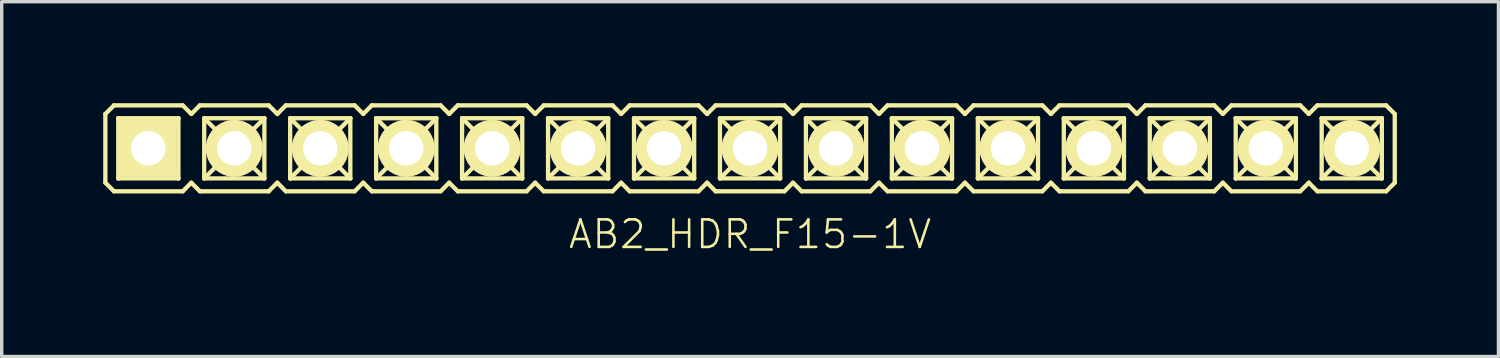
<source format=kicad_pcb>
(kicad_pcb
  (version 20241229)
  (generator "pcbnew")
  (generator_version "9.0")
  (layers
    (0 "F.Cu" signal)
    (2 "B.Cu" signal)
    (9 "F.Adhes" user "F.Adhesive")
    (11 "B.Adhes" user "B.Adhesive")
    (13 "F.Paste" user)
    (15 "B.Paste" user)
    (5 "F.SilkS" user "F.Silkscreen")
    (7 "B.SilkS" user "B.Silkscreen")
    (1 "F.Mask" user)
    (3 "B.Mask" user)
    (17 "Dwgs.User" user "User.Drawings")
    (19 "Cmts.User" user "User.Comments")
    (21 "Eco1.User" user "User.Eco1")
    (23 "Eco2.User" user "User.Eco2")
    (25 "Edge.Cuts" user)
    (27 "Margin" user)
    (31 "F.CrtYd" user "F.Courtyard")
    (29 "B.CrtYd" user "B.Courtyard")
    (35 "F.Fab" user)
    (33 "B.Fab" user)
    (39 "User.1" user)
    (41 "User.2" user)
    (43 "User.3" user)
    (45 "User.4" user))
  (footprint "AB2_HDR_F15-1V"
    (layer "F.Cu")
    (at 19.113 1.333)
    (property "Reference" "AB2_HDR_F15-1V" (at 0 2.54 0) (layer "F.SilkS") (effects (font (size 0.813 0.813) (thickness 0.076))))
    (attr through_hole)
    (fp_line (start -19.05 -1.016) (end -18.796 -1.27) (stroke (width 0.127) (type solid)) (layer "F.SilkS"))
    (fp_line (start -19.05 1.016) (end -19.05 -1.016) (stroke (width 0.127) (type solid)) (layer "F.SilkS"))
    (fp_line (start -18.796 -1.27) (end -16.764 -1.27) (stroke (width 0.127) (type solid)) (layer "F.SilkS"))
    (fp_line (start -18.796 1.27) (end -19.05 1.016) (stroke (width 0.127) (type solid)) (layer "F.SilkS"))
    (fp_line (start -18.669 -0.889) (end -16.891 -0.889) (stroke (width 0.127) (type solid)) (layer "F.SilkS"))
    (fp_line (start -18.669 0.889) (end -18.669 -0.889) (stroke (width 0.127) (type solid)) (layer "F.SilkS"))
    (fp_line (start -18.288 -0.508) (end -18.669 -0.889) (stroke (width 0.127) (type solid)) (layer "F.SilkS"))
    (fp_line (start -18.288 -0.508) (end -17.272 -0.508) (stroke (width 0.127) (type solid)) (layer "F.SilkS"))
    (fp_line (start -18.288 0.508) (end -18.669 0.889) (stroke (width 0.127) (type solid)) (layer "F.SilkS"))
    (fp_line (start -18.288 0.508) (end -18.288 -0.508) (stroke (width 0.127) (type solid)) (layer "F.SilkS"))
    (fp_line (start -17.272 -0.508) (end -17.272 0.508) (stroke (width 0.127) (type solid)) (layer "F.SilkS"))
    (fp_line (start -17.272 -0.508) (end -16.891 -0.889) (stroke (width 0.127) (type solid)) (layer "F.SilkS"))
    (fp_line (start -17.272 0.508) (end -18.288 0.508) (stroke (width 0.127) (type solid)) (layer "F.SilkS"))
    (fp_line (start -17.272 0.508) (end -16.891 0.889) (stroke (width 0.127) (type solid)) (layer "F.SilkS"))
    (fp_line (start -16.891 -0.889) (end -16.891 0.889) (stroke (width 0.127) (type solid)) (layer "F.SilkS"))
    (fp_line (start -16.891 0.889) (end -18.669 0.889) (stroke (width 0.127) (type solid)) (layer "F.SilkS"))
    (fp_line (start -16.764 -1.27) (end -16.51 -1.016) (stroke (width 0.127) (type solid)) (layer "F.SilkS"))
    (fp_line (start -16.764 1.27) (end -18.796 1.27) (stroke (width 0.127) (type solid)) (layer "F.SilkS"))
    (fp_line (start -16.51 -1.016) (end -16.256 -1.27) (stroke (width 0.127) (type solid)) (layer "F.SilkS"))
    (fp_line (start -16.51 1.016) (end -16.764 1.27) (stroke (width 0.127) (type solid)) (layer "F.SilkS"))
    (fp_line (start -16.256 -1.27) (end -14.224 -1.27) (stroke (width 0.127) (type solid)) (layer "F.SilkS"))
    (fp_line (start -16.256 1.27) (end -16.51 1.016) (stroke (width 0.127) (type solid)) (layer "F.SilkS"))
    (fp_line (start -16.129 -0.889) (end -14.351 -0.889) (stroke (width 0.127) (type solid)) (layer "F.SilkS"))
    (fp_line (start -16.129 0.889) (end -16.129 -0.889) (stroke (width 0.127) (type solid)) (layer "F.SilkS"))
    (fp_line (start -15.748 -0.508) (end -16.129 -0.889) (stroke (width 0.127) (type solid)) (layer "F.SilkS"))
    (fp_line (start -15.748 -0.508) (end -14.732 -0.508) (stroke (width 0.127) (type solid)) (layer "F.SilkS"))
    (fp_line (start -15.748 0.508) (end -16.129 0.889) (stroke (width 0.127) (type solid)) (layer "F.SilkS"))
    (fp_line (start -15.748 0.508) (end -15.748 -0.508) (stroke (width 0.127) (type solid)) (layer "F.SilkS"))
    (fp_line (start -14.732 -0.508) (end -14.732 0.508) (stroke (width 0.127) (type solid)) (layer "F.SilkS"))
    (fp_line (start -14.732 -0.508) (end -14.351 -0.889) (stroke (width 0.127) (type solid)) (layer "F.SilkS"))
    (fp_line (start -14.732 0.508) (end -15.748 0.508) (stroke (width 0.127) (type solid)) (layer "F.SilkS"))
    (fp_line (start -14.732 0.508) (end -14.351 0.889) (stroke (width 0.127) (type solid)) (layer "F.SilkS"))
    (fp_line (start -14.351 -0.889) (end -14.351 0.889) (stroke (width 0.127) (type solid)) (layer "F.SilkS"))
    (fp_line (start -14.351 0.889) (end -16.129 0.889) (stroke (width 0.127) (type solid)) (layer "F.SilkS"))
    (fp_line (start -14.224 -1.27) (end -13.97 -1.016) (stroke (width 0.127) (type solid)) (layer "F.SilkS"))
    (fp_line (start -14.224 1.27) (end -16.256 1.27) (stroke (width 0.127) (type solid)) (layer "F.SilkS"))
    (fp_line (start -13.97 -1.016) (end -13.716 -1.27) (stroke (width 0.127) (type solid)) (layer "F.SilkS"))
    (fp_line (start -13.97 1.016) (end -14.224 1.27) (stroke (width 0.127) (type solid)) (layer "F.SilkS"))
    (fp_line (start -13.716 -1.27) (end -11.684 -1.27) (stroke (width 0.127) (type solid)) (layer "F.SilkS"))
    (fp_line (start -13.716 1.27) (end -13.97 1.016) (stroke (width 0.127) (type solid)) (layer "F.SilkS"))
    (fp_line (start -13.589 -0.889) (end -11.811 -0.889) (stroke (width 0.127) (type solid)) (layer "F.SilkS"))
    (fp_line (start -13.589 0.889) (end -13.589 -0.889) (stroke (width 0.127) (type solid)) (layer "F.SilkS"))
    (fp_line (start -13.208 -0.508) (end -13.589 -0.889) (stroke (width 0.127) (type solid)) (layer "F.SilkS"))
    (fp_line (start -13.208 -0.508) (end -12.192 -0.508) (stroke (width 0.127) (type solid)) (layer "F.SilkS"))
    (fp_line (start -13.208 0.508) (end -13.589 0.889) (stroke (width 0.127) (type solid)) (layer "F.SilkS"))
    (fp_line (start -13.208 0.508) (end -13.208 -0.508) (stroke (width 0.127) (type solid)) (layer "F.SilkS"))
    (fp_line (start -12.192 -0.508) (end -12.192 0.508) (stroke (width 0.127) (type solid)) (layer "F.SilkS"))
    (fp_line (start -12.192 -0.508) (end -11.811 -0.889) (stroke (width 0.127) (type solid)) (layer "F.SilkS"))
    (fp_line (start -12.192 0.508) (end -13.208 0.508) (stroke (width 0.127) (type solid)) (layer "F.SilkS"))
    (fp_line (start -12.192 0.508) (end -11.811 0.889) (stroke (width 0.127) (type solid)) (layer "F.SilkS"))
    (fp_line (start -11.811 -0.889) (end -11.811 0.889) (stroke (width 0.127) (type solid)) (layer "F.SilkS"))
    (fp_line (start -11.811 0.889) (end -13.589 0.889) (stroke (width 0.127) (type solid)) (layer "F.SilkS"))
    (fp_line (start -11.684 -1.27) (end -11.43 -1.016) (stroke (width 0.127) (type solid)) (layer "F.SilkS"))
    (fp_line (start -11.684 1.27) (end -13.716 1.27) (stroke (width 0.127) (type solid)) (layer "F.SilkS"))
    (fp_line (start -11.43 -1.016) (end -11.176 -1.27) (stroke (width 0.127) (type solid)) (layer "F.SilkS"))
    (fp_line (start -11.43 1.016) (end -11.684 1.27) (stroke (width 0.127) (type solid)) (layer "F.SilkS"))
    (fp_line (start -11.176 -1.27) (end -9.144 -1.27) (stroke (width 0.127) (type solid)) (layer "F.SilkS"))
    (fp_line (start -11.176 1.27) (end -11.43 1.016) (stroke (width 0.127) (type solid)) (layer "F.SilkS"))
    (fp_line (start -11.049 -0.889) (end -9.271 -0.889) (stroke (width 0.127) (type solid)) (layer "F.SilkS"))
    (fp_line (start -11.049 0.889) (end -11.049 -0.889) (stroke (width 0.127) (type solid)) (layer "F.SilkS"))
    (fp_line (start -10.668 -0.508) (end -11.049 -0.889) (stroke (width 0.127) (type solid)) (layer "F.SilkS"))
    (fp_line (start -10.668 -0.508) (end -9.652 -0.508) (stroke (width 0.127) (type solid)) (layer "F.SilkS"))
    (fp_line (start -10.668 0.508) (end -11.049 0.889) (stroke (width 0.127) (type solid)) (layer "F.SilkS"))
    (fp_line (start -10.668 0.508) (end -10.668 -0.508) (stroke (width 0.127) (type solid)) (layer "F.SilkS"))
    (fp_line (start -9.652 -0.508) (end -9.652 0.508) (stroke (width 0.127) (type solid)) (layer "F.SilkS"))
    (fp_line (start -9.652 -0.508) (end -9.271 -0.889) (stroke (width 0.127) (type solid)) (layer "F.SilkS"))
    (fp_line (start -9.652 0.508) (end -10.668 0.508) (stroke (width 0.127) (type solid)) (layer "F.SilkS"))
    (fp_line (start -9.652 0.508) (end -9.271 0.889) (stroke (width 0.127) (type solid)) (layer "F.SilkS"))
    (fp_line (start -9.271 -0.889) (end -9.271 0.889) (stroke (width 0.127) (type solid)) (layer "F.SilkS"))
    (fp_line (start -9.271 0.889) (end -11.049 0.889) (stroke (width 0.127) (type solid)) (layer "F.SilkS"))
    (fp_line (start -9.144 -1.27) (end -8.89 -1.016) (stroke (width 0.127) (type solid)) (layer "F.SilkS"))
    (fp_line (start -9.144 1.27) (end -11.176 1.27) (stroke (width 0.127) (type solid)) (layer "F.SilkS"))
    (fp_line (start -8.89 -1.016) (end -8.636 -1.27) (stroke (width 0.127) (type solid)) (layer "F.SilkS"))
    (fp_line (start -8.89 1.016) (end -9.144 1.27) (stroke (width 0.127) (type solid)) (layer "F.SilkS"))
    (fp_line (start -8.636 -1.27) (end -6.604 -1.27) (stroke (width 0.127) (type solid)) (layer "F.SilkS"))
    (fp_line (start -8.636 1.27) (end -8.89 1.016) (stroke (width 0.127) (type solid)) (layer "F.SilkS"))
    (fp_line (start -8.509 -0.889) (end -6.731 -0.889) (stroke (width 0.127) (type solid)) (layer "F.SilkS"))
    (fp_line (start -8.509 0.889) (end -8.509 -0.889) (stroke (width 0.127) (type solid)) (layer "F.SilkS"))
    (fp_line (start -8.128 -0.508) (end -8.509 -0.889) (stroke (width 0.127) (type solid)) (layer "F.SilkS"))
    (fp_line (start -8.128 -0.508) (end -7.112 -0.508) (stroke (width 0.127) (type solid)) (layer "F.SilkS"))
    (fp_line (start -8.128 0.508) (end -8.509 0.889) (stroke (width 0.127) (type solid)) (layer "F.SilkS"))
    (fp_line (start -8.128 0.508) (end -8.128 -0.508) (stroke (width 0.127) (type solid)) (layer "F.SilkS"))
    (fp_line (start -7.112 -0.508) (end -7.112 0.508) (stroke (width 0.127) (type solid)) (layer "F.SilkS"))
    (fp_line (start -7.112 -0.508) (end -6.731 -0.889) (stroke (width 0.127) (type solid)) (layer "F.SilkS"))
    (fp_line (start -7.112 0.508) (end -8.128 0.508) (stroke (width 0.127) (type solid)) (layer "F.SilkS"))
    (fp_line (start -7.112 0.508) (end -6.731 0.889) (stroke (width 0.127) (type solid)) (layer "F.SilkS"))
    (fp_line (start -6.731 -0.889) (end -6.731 0.889) (stroke (width 0.127) (type solid)) (layer "F.SilkS"))
    (fp_line (start -6.731 0.889) (end -8.509 0.889) (stroke (width 0.127) (type solid)) (layer "F.SilkS"))
    (fp_line (start -6.604 -1.27) (end -6.35 -1.016) (stroke (width 0.127) (type solid)) (layer "F.SilkS"))
    (fp_line (start -6.604 1.27) (end -8.636 1.27) (stroke (width 0.127) (type solid)) (layer "F.SilkS"))
    (fp_line (start -6.35 -1.016) (end -6.096 -1.27) (stroke (width 0.127) (type solid)) (layer "F.SilkS"))
    (fp_line (start -6.35 1.016) (end -6.604 1.27) (stroke (width 0.127) (type solid)) (layer "F.SilkS"))
    (fp_line (start -6.096 -1.27) (end -4.064 -1.27) (stroke (width 0.127) (type solid)) (layer "F.SilkS"))
    (fp_line (start -6.096 1.27) (end -6.35 1.016) (stroke (width 0.127) (type solid)) (layer "F.SilkS"))
    (fp_line (start -5.969 -0.889) (end -4.191 -0.889) (stroke (width 0.127) (type solid)) (layer "F.SilkS"))
    (fp_line (start -5.969 0.889) (end -5.969 -0.889) (stroke (width 0.127) (type solid)) (layer "F.SilkS"))
    (fp_line (start -5.588 -0.508) (end -5.969 -0.889) (stroke (width 0.127) (type solid)) (layer "F.SilkS"))
    (fp_line (start -5.588 -0.508) (end -4.572 -0.508) (stroke (width 0.127) (type solid)) (layer "F.SilkS"))
    (fp_line (start -5.588 0.508) (end -5.969 0.889) (stroke (width 0.127) (type solid)) (layer "F.SilkS"))
    (fp_line (start -5.588 0.508) (end -5.588 -0.508) (stroke (width 0.127) (type solid)) (layer "F.SilkS"))
    (fp_line (start -4.572 -0.508) (end -4.572 0.508) (stroke (width 0.127) (type solid)) (layer "F.SilkS"))
    (fp_line (start -4.572 -0.508) (end -4.191 -0.889) (stroke (width 0.127) (type solid)) (layer "F.SilkS"))
    (fp_line (start -4.572 0.508) (end -5.588 0.508) (stroke (width 0.127) (type solid)) (layer "F.SilkS"))
    (fp_line (start -4.572 0.508) (end -4.191 0.889) (stroke (width 0.127) (type solid)) (layer "F.SilkS"))
    (fp_line (start -4.191 -0.889) (end -4.191 0.889) (stroke (width 0.127) (type solid)) (layer "F.SilkS"))
    (fp_line (start -4.191 0.889) (end -5.969 0.889) (stroke (width 0.127) (type solid)) (layer "F.SilkS"))
    (fp_line (start -4.064 -1.27) (end -3.81 -1.016) (stroke (width 0.127) (type solid)) (layer "F.SilkS"))
    (fp_line (start -4.064 1.27) (end -6.096 1.27) (stroke (width 0.127) (type solid)) (layer "F.SilkS"))
    (fp_line (start -3.81 -1.016) (end -3.556 -1.27) (stroke (width 0.127) (type solid)) (layer "F.SilkS"))
    (fp_line (start -3.81 1.016) (end -4.064 1.27) (stroke (width 0.127) (type solid)) (layer "F.SilkS"))
    (fp_line (start -3.556 -1.27) (end -1.524 -1.27) (stroke (width 0.127) (type solid)) (layer "F.SilkS"))
    (fp_line (start -3.556 1.27) (end -3.81 1.016) (stroke (width 0.127) (type solid)) (layer "F.SilkS"))
    (fp_line (start -3.429 -0.889) (end -1.651 -0.889) (stroke (width 0.127) (type solid)) (layer "F.SilkS"))
    (fp_line (start -3.429 0.889) (end -3.429 -0.889) (stroke (width 0.127) (type solid)) (layer "F.SilkS"))
    (fp_line (start -3.048 -0.508) (end -3.429 -0.889) (stroke (width 0.127) (type solid)) (layer "F.SilkS"))
    (fp_line (start -3.048 -0.508) (end -2.032 -0.508) (stroke (width 0.127) (type solid)) (layer "F.SilkS"))
    (fp_line (start -3.048 0.508) (end -3.429 0.889) (stroke (width 0.127) (type solid)) (layer "F.SilkS"))
    (fp_line (start -3.048 0.508) (end -3.048 -0.508) (stroke (width 0.127) (type solid)) (layer "F.SilkS"))
    (fp_line (start -2.032 -0.508) (end -2.032 0.508) (stroke (width 0.127) (type solid)) (layer "F.SilkS"))
    (fp_line (start -2.032 -0.508) (end -1.651 -0.889) (stroke (width 0.127) (type solid)) (layer "F.SilkS"))
    (fp_line (start -2.032 0.508) (end -3.048 0.508) (stroke (width 0.127) (type solid)) (layer "F.SilkS"))
    (fp_line (start -2.032 0.508) (end -1.651 0.889) (stroke (width 0.127) (type solid)) (layer "F.SilkS"))
    (fp_line (start -1.651 -0.889) (end -1.651 0.889) (stroke (width 0.127) (type solid)) (layer "F.SilkS"))
    (fp_line (start -1.651 0.889) (end -3.429 0.889) (stroke (width 0.127) (type solid)) (layer "F.SilkS"))
    (fp_line (start -1.524 -1.27) (end -1.27 -1.016) (stroke (width 0.127) (type solid)) (layer "F.SilkS"))
    (fp_line (start -1.524 1.27) (end -3.556 1.27) (stroke (width 0.127) (type solid)) (layer "F.SilkS"))
    (fp_line (start -1.27 -1.016) (end -1.016 -1.27) (stroke (width 0.127) (type solid)) (layer "F.SilkS"))
    (fp_line (start -1.27 1.016) (end -1.524 1.27) (stroke (width 0.127) (type solid)) (layer "F.SilkS"))
    (fp_line (start -1.016 -1.27) (end 1.016 -1.27) (stroke (width 0.127) (type solid)) (layer "F.SilkS"))
    (fp_line (start -1.016 1.27) (end -1.27 1.016) (stroke (width 0.127) (type solid)) (layer "F.SilkS"))
    (fp_line (start -0.889 -0.889) (end 0.889 -0.889) (stroke (width 0.127) (type solid)) (layer "F.SilkS"))
    (fp_line (start -0.889 0.889) (end -0.889 -0.889) (stroke (width 0.127) (type solid)) (layer "F.SilkS"))
    (fp_line (start -0.508 -0.508) (end -0.889 -0.889) (stroke (width 0.127) (type solid)) (layer "F.SilkS"))
    (fp_line (start -0.508 -0.508) (end 0.508 -0.508) (stroke (width 0.127) (type solid)) (layer "F.SilkS"))
    (fp_line (start -0.508 0.508) (end -0.889 0.889) (stroke (width 0.127) (type solid)) (layer "F.SilkS"))
    (fp_line (start -0.508 0.508) (end -0.508 -0.508) (stroke (width 0.127) (type solid)) (layer "F.SilkS"))
    (fp_line (start 0.508 -0.508) (end 0.508 0.508) (stroke (width 0.127) (type solid)) (layer "F.SilkS"))
    (fp_line (start 0.508 -0.508) (end 0.889 -0.889) (stroke (width 0.127) (type solid)) (layer "F.SilkS"))
    (fp_line (start 0.508 0.508) (end -0.508 0.508) (stroke (width 0.127) (type solid)) (layer "F.SilkS"))
    (fp_line (start 0.508 0.508) (end 0.889 0.889) (stroke (width 0.127) (type solid)) (layer "F.SilkS"))
    (fp_line (start 0.889 -0.889) (end 0.889 0.889) (stroke (width 0.127) (type solid)) (layer "F.SilkS"))
    (fp_line (start 0.889 0.889) (end -0.889 0.889) (stroke (width 0.127) (type solid)) (layer "F.SilkS"))
    (fp_line (start 1.016 -1.27) (end 1.27 -1.016) (stroke (width 0.127) (type solid)) (layer "F.SilkS"))
    (fp_line (start 1.016 1.27) (end -1.016 1.27) (stroke (width 0.127) (type solid)) (layer "F.SilkS"))
    (fp_line (start 1.27 -1.016) (end 1.524 -1.27) (stroke (width 0.127) (type solid)) (layer "F.SilkS"))
    (fp_line (start 1.27 1.016) (end 1.016 1.27) (stroke (width 0.127) (type solid)) (layer "F.SilkS"))
    (fp_line (start 1.524 -1.27) (end 3.556 -1.27) (stroke (width 0.127) (type solid)) (layer "F.SilkS"))
    (fp_line (start 1.524 1.27) (end 1.27 1.016) (stroke (width 0.127) (type solid)) (layer "F.SilkS"))
    (fp_line (start 1.651 -0.889) (end 3.429 -0.889) (stroke (width 0.127) (type solid)) (layer "F.SilkS"))
    (fp_line (start 1.651 0.889) (end 1.651 -0.889) (stroke (width 0.127) (type solid)) (layer "F.SilkS"))
    (fp_line (start 2.032 -0.508) (end 1.651 -0.889) (stroke (width 0.127) (type solid)) (layer "F.SilkS"))
    (fp_line (start 2.032 -0.508) (end 3.048 -0.508) (stroke (width 0.127) (type solid)) (layer "F.SilkS"))
    (fp_line (start 2.032 0.508) (end 1.651 0.889) (stroke (width 0.127) (type solid)) (layer "F.SilkS"))
    (fp_line (start 2.032 0.508) (end 2.032 -0.508) (stroke (width 0.127) (type solid)) (layer "F.SilkS"))
    (fp_line (start 3.048 -0.508) (end 3.048 0.508) (stroke (width 0.127) (type solid)) (layer "F.SilkS"))
    (fp_line (start 3.048 -0.508) (end 3.429 -0.889) (stroke (width 0.127) (type solid)) (layer "F.SilkS"))
    (fp_line (start 3.048 0.508) (end 2.032 0.508) (stroke (width 0.127) (type solid)) (layer "F.SilkS"))
    (fp_line (start 3.048 0.508) (end 3.429 0.889) (stroke (width 0.127) (type solid)) (layer "F.SilkS"))
    (fp_line (start 3.429 -0.889) (end 3.429 0.889) (stroke (width 0.127) (type solid)) (layer "F.SilkS"))
    (fp_line (start 3.429 0.889) (end 1.651 0.889) (stroke (width 0.127) (type solid)) (layer "F.SilkS"))
    (fp_line (start 3.556 -1.27) (end 3.81 -1.016) (stroke (width 0.127) (type solid)) (layer "F.SilkS"))
    (fp_line (start 3.556 1.27) (end 1.524 1.27) (stroke (width 0.127) (type solid)) (layer "F.SilkS"))
    (fp_line (start 3.81 -1.016) (end 4.064 -1.27) (stroke (width 0.127) (type solid)) (layer "F.SilkS"))
    (fp_line (start 3.81 1.016) (end 3.556 1.27) (stroke (width 0.127) (type solid)) (layer "F.SilkS"))
    (fp_line (start 4.064 -1.27) (end 6.096 -1.27) (stroke (width 0.127) (type solid)) (layer "F.SilkS"))
    (fp_line (start 4.064 1.27) (end 3.81 1.016) (stroke (width 0.127) (type solid)) (layer "F.SilkS"))
    (fp_line (start 4.191 -0.889) (end 5.969 -0.889) (stroke (width 0.127) (type solid)) (layer "F.SilkS"))
    (fp_line (start 4.191 0.889) (end 4.191 -0.889) (stroke (width 0.127) (type solid)) (layer "F.SilkS"))
    (fp_line (start 4.572 -0.508) (end 4.191 -0.889) (stroke (width 0.127) (type solid)) (layer "F.SilkS"))
    (fp_line (start 4.572 -0.508) (end 5.588 -0.508) (stroke (width 0.127) (type solid)) (layer "F.SilkS"))
    (fp_line (start 4.572 0.508) (end 4.191 0.889) (stroke (width 0.127) (type solid)) (layer "F.SilkS"))
    (fp_line (start 4.572 0.508) (end 4.572 -0.508) (stroke (width 0.127) (type solid)) (layer "F.SilkS"))
    (fp_line (start 5.588 -0.508) (end 5.588 0.508) (stroke (width 0.127) (type solid)) (layer "F.SilkS"))
    (fp_line (start 5.588 -0.508) (end 5.969 -0.889) (stroke (width 0.127) (type solid)) (layer "F.SilkS"))
    (fp_line (start 5.588 0.508) (end 4.572 0.508) (stroke (width 0.127) (type solid)) (layer "F.SilkS"))
    (fp_line (start 5.588 0.508) (end 5.969 0.889) (stroke (width 0.127) (type solid)) (layer "F.SilkS"))
    (fp_line (start 5.969 -0.889) (end 5.969 0.889) (stroke (width 0.127) (type solid)) (layer "F.SilkS"))
    (fp_line (start 5.969 0.889) (end 4.191 0.889) (stroke (width 0.127) (type solid)) (layer "F.SilkS"))
    (fp_line (start 6.096 -1.27) (end 6.35 -1.016) (stroke (width 0.127) (type solid)) (layer "F.SilkS"))
    (fp_line (start 6.096 1.27) (end 4.064 1.27) (stroke (width 0.127) (type solid)) (layer "F.SilkS"))
    (fp_line (start 6.35 -1.016) (end 6.604 -1.27) (stroke (width 0.127) (type solid)) (layer "F.SilkS"))
    (fp_line (start 6.35 1.016) (end 6.096 1.27) (stroke (width 0.127) (type solid)) (layer "F.SilkS"))
    (fp_line (start 6.604 -1.27) (end 8.636 -1.27) (stroke (width 0.127) (type solid)) (layer "F.SilkS"))
    (fp_line (start 6.604 1.27) (end 6.35 1.016) (stroke (width 0.127) (type solid)) (layer "F.SilkS"))
    (fp_line (start 6.731 -0.889) (end 8.509 -0.889) (stroke (width 0.127) (type solid)) (layer "F.SilkS"))
    (fp_line (start 6.731 0.889) (end 6.731 -0.889) (stroke (width 0.127) (type solid)) (layer "F.SilkS"))
    (fp_line (start 7.112 -0.508) (end 6.731 -0.889) (stroke (width 0.127) (type solid)) (layer "F.SilkS"))
    (fp_line (start 7.112 -0.508) (end 8.128 -0.508) (stroke (width 0.127) (type solid)) (layer "F.SilkS"))
    (fp_line (start 7.112 0.508) (end 6.731 0.889) (stroke (width 0.127) (type solid)) (layer "F.SilkS"))
    (fp_line (start 7.112 0.508) (end 7.112 -0.508) (stroke (width 0.127) (type solid)) (layer "F.SilkS"))
    (fp_line (start 8.128 -0.508) (end 8.128 0.508) (stroke (width 0.127) (type solid)) (layer "F.SilkS"))
    (fp_line (start 8.128 -0.508) (end 8.509 -0.889) (stroke (width 0.127) (type solid)) (layer "F.SilkS"))
    (fp_line (start 8.128 0.508) (end 7.112 0.508) (stroke (width 0.127) (type solid)) (layer "F.SilkS"))
    (fp_line (start 8.128 0.508) (end 8.509 0.889) (stroke (width 0.127) (type solid)) (layer "F.SilkS"))
    (fp_line (start 8.509 -0.889) (end 8.509 0.889) (stroke (width 0.127) (type solid)) (layer "F.SilkS"))
    (fp_line (start 8.509 0.889) (end 6.731 0.889) (stroke (width 0.127) (type solid)) (layer "F.SilkS"))
    (fp_line (start 8.636 -1.27) (end 8.89 -1.016) (stroke (width 0.127) (type solid)) (layer "F.SilkS"))
    (fp_line (start 8.636 1.27) (end 6.604 1.27) (stroke (width 0.127) (type solid)) (layer "F.SilkS"))
    (fp_line (start 8.89 -1.016) (end 9.144 -1.27) (stroke (width 0.127) (type solid)) (layer "F.SilkS"))
    (fp_line (start 8.89 1.016) (end 8.636 1.27) (stroke (width 0.127) (type solid)) (layer "F.SilkS"))
    (fp_line (start 9.144 -1.27) (end 11.176 -1.27) (stroke (width 0.127) (type solid)) (layer "F.SilkS"))
    (fp_line (start 9.144 1.27) (end 8.89 1.016) (stroke (width 0.127) (type solid)) (layer "F.SilkS"))
    (fp_line (start 9.271 -0.889) (end 11.049 -0.889) (stroke (width 0.127) (type solid)) (layer "F.SilkS"))
    (fp_line (start 9.271 0.889) (end 9.271 -0.889) (stroke (width 0.127) (type solid)) (layer "F.SilkS"))
    (fp_line (start 9.652 -0.508) (end 9.271 -0.889) (stroke (width 0.127) (type solid)) (layer "F.SilkS"))
    (fp_line (start 9.652 -0.508) (end 10.668 -0.508) (stroke (width 0.127) (type solid)) (layer "F.SilkS"))
    (fp_line (start 9.652 0.508) (end 9.271 0.889) (stroke (width 0.127) (type solid)) (layer "F.SilkS"))
    (fp_line (start 9.652 0.508) (end 9.652 -0.508) (stroke (width 0.127) (type solid)) (layer "F.SilkS"))
    (fp_line (start 10.668 -0.508) (end 10.668 0.508) (stroke (width 0.127) (type solid)) (layer "F.SilkS"))
    (fp_line (start 10.668 -0.508) (end 11.049 -0.889) (stroke (width 0.127) (type solid)) (layer "F.SilkS"))
    (fp_line (start 10.668 0.508) (end 9.652 0.508) (stroke (width 0.127) (type solid)) (layer "F.SilkS"))
    (fp_line (start 10.668 0.508) (end 11.049 0.889) (stroke (width 0.127) (type solid)) (layer "F.SilkS"))
    (fp_line (start 11.049 -0.889) (end 11.049 0.889) (stroke (width 0.127) (type solid)) (layer "F.SilkS"))
    (fp_line (start 11.049 0.889) (end 9.271 0.889) (stroke (width 0.127) (type solid)) (layer "F.SilkS"))
    (fp_line (start 11.176 -1.27) (end 11.43 -1.016) (stroke (width 0.127) (type solid)) (layer "F.SilkS"))
    (fp_line (start 11.176 1.27) (end 9.144 1.27) (stroke (width 0.127) (type solid)) (layer "F.SilkS"))
    (fp_line (start 11.43 -1.016) (end 11.684 -1.27) (stroke (width 0.127) (type solid)) (layer "F.SilkS"))
    (fp_line (start 11.43 1.016) (end 11.176 1.27) (stroke (width 0.127) (type solid)) (layer "F.SilkS"))
    (fp_line (start 11.684 -1.27) (end 13.716 -1.27) (stroke (width 0.127) (type solid)) (layer "F.SilkS"))
    (fp_line (start 11.684 1.27) (end 11.43 1.016) (stroke (width 0.127) (type solid)) (layer "F.SilkS"))
    (fp_line (start 11.811 -0.889) (end 13.589 -0.889) (stroke (width 0.127) (type solid)) (layer "F.SilkS"))
    (fp_line (start 11.811 0.889) (end 11.811 -0.889) (stroke (width 0.127) (type solid)) (layer "F.SilkS"))
    (fp_line (start 12.192 -0.508) (end 11.811 -0.889) (stroke (width 0.127) (type solid)) (layer "F.SilkS"))
    (fp_line (start 12.192 -0.508) (end 13.208 -0.508) (stroke (width 0.127) (type solid)) (layer "F.SilkS"))
    (fp_line (start 12.192 0.508) (end 11.811 0.889) (stroke (width 0.127) (type solid)) (layer "F.SilkS"))
    (fp_line (start 12.192 0.508) (end 12.192 -0.508) (stroke (width 0.127) (type solid)) (layer "F.SilkS"))
    (fp_line (start 13.208 -0.508) (end 13.208 0.508) (stroke (width 0.127) (type solid)) (layer "F.SilkS"))
    (fp_line (start 13.208 -0.508) (end 13.589 -0.889) (stroke (width 0.127) (type solid)) (layer "F.SilkS"))
    (fp_line (start 13.208 0.508) (end 12.192 0.508) (stroke (width 0.127) (type solid)) (layer "F.SilkS"))
    (fp_line (start 13.208 0.508) (end 13.589 0.889) (stroke (width 0.127) (type solid)) (layer "F.SilkS"))
    (fp_line (start 13.589 -0.889) (end 13.589 0.889) (stroke (width 0.127) (type solid)) (layer "F.SilkS"))
    (fp_line (start 13.589 0.889) (end 11.811 0.889) (stroke (width 0.127) (type solid)) (layer "F.SilkS"))
    (fp_line (start 13.716 -1.27) (end 13.97 -1.016) (stroke (width 0.127) (type solid)) (layer "F.SilkS"))
    (fp_line (start 13.716 1.27) (end 11.684 1.27) (stroke (width 0.127) (type solid)) (layer "F.SilkS"))
    (fp_line (start 13.97 -1.016) (end 14.224 -1.27) (stroke (width 0.127) (type solid)) (layer "F.SilkS"))
    (fp_line (start 13.97 1.016) (end 13.716 1.27) (stroke (width 0.127) (type solid)) (layer "F.SilkS"))
    (fp_line (start 14.224 -1.27) (end 16.256 -1.27) (stroke (width 0.127) (type solid)) (layer "F.SilkS"))
    (fp_line (start 14.224 1.27) (end 13.97 1.016) (stroke (width 0.127) (type solid)) (layer "F.SilkS"))
    (fp_line (start 14.351 -0.889) (end 16.129 -0.889) (stroke (width 0.127) (type solid)) (layer "F.SilkS"))
    (fp_line (start 14.351 0.889) (end 14.351 -0.889) (stroke (width 0.127) (type solid)) (layer "F.SilkS"))
    (fp_line (start 14.732 -0.508) (end 14.351 -0.889) (stroke (width 0.127) (type solid)) (layer "F.SilkS"))
    (fp_line (start 14.732 -0.508) (end 15.748 -0.508) (stroke (width 0.127) (type solid)) (layer "F.SilkS"))
    (fp_line (start 14.732 0.508) (end 14.351 0.889) (stroke (width 0.127) (type solid)) (layer "F.SilkS"))
    (fp_line (start 14.732 0.508) (end 14.732 -0.508) (stroke (width 0.127) (type solid)) (layer "F.SilkS"))
    (fp_line (start 15.748 -0.508) (end 15.748 0.508) (stroke (width 0.127) (type solid)) (layer "F.SilkS"))
    (fp_line (start 15.748 -0.508) (end 16.129 -0.889) (stroke (width 0.127) (type solid)) (layer "F.SilkS"))
    (fp_line (start 15.748 0.508) (end 14.732 0.508) (stroke (width 0.127) (type solid)) (layer "F.SilkS"))
    (fp_line (start 15.748 0.508) (end 16.129 0.889) (stroke (width 0.127) (type solid)) (layer "F.SilkS"))
    (fp_line (start 16.129 -0.889) (end 16.129 0.889) (stroke (width 0.127) (type solid)) (layer "F.SilkS"))
    (fp_line (start 16.129 0.889) (end 14.351 0.889) (stroke (width 0.127) (type solid)) (layer "F.SilkS"))
    (fp_line (start 16.256 -1.27) (end 16.51 -1.016) (stroke (width 0.127) (type solid)) (layer "F.SilkS"))
    (fp_line (start 16.256 1.27) (end 14.224 1.27) (stroke (width 0.127) (type solid)) (layer "F.SilkS"))
    (fp_line (start 16.51 -1.016) (end 16.764 -1.27) (stroke (width 0.127) (type solid)) (layer "F.SilkS"))
    (fp_line (start 16.51 1.016) (end 16.256 1.27) (stroke (width 0.127) (type solid)) (layer "F.SilkS"))
    (fp_line (start 16.764 -1.27) (end 18.796 -1.27) (stroke (width 0.127) (type solid)) (layer "F.SilkS"))
    (fp_line (start 16.764 1.27) (end 16.51 1.016) (stroke (width 0.127) (type solid)) (layer "F.SilkS"))
    (fp_line (start 16.891 -0.889) (end 18.669 -0.889) (stroke (width 0.127) (type solid)) (layer "F.SilkS"))
    (fp_line (start 16.891 0.889) (end 16.891 -0.889) (stroke (width 0.127) (type solid)) (layer "F.SilkS"))
    (fp_line (start 17.272 -0.508) (end 16.891 -0.889) (stroke (width 0.127) (type solid)) (layer "F.SilkS"))
    (fp_line (start 17.272 -0.508) (end 18.288 -0.508) (stroke (width 0.127) (type solid)) (layer "F.SilkS"))
    (fp_line (start 17.272 0.508) (end 16.891 0.889) (stroke (width 0.127) (type solid)) (layer "F.SilkS"))
    (fp_line (start 17.272 0.508) (end 17.272 -0.508) (stroke (width 0.127) (type solid)) (layer "F.SilkS"))
    (fp_line (start 18.288 -0.508) (end 18.288 0.508) (stroke (width 0.127) (type solid)) (layer "F.SilkS"))
    (fp_line (start 18.288 -0.508) (end 18.669 -0.889) (stroke (width 0.127) (type solid)) (layer "F.SilkS"))
    (fp_line (start 18.288 0.508) (end 17.272 0.508) (stroke (width 0.127) (type solid)) (layer "F.SilkS"))
    (fp_line (start 18.288 0.508) (end 18.669 0.889) (stroke (width 0.127) (type solid)) (layer "F.SilkS"))
    (fp_line (start 18.669 -0.889) (end 18.669 0.889) (stroke (width 0.127) (type solid)) (layer "F.SilkS"))
    (fp_line (start 18.669 0.889) (end 16.891 0.889) (stroke (width 0.127) (type solid)) (layer "F.SilkS"))
    (fp_line (start 18.796 -1.27) (end 19.05 -1.016) (stroke (width 0.127) (type solid)) (layer "F.SilkS"))
    (fp_line (start 18.796 1.27) (end 16.764 1.27) (stroke (width 0.127) (type solid)) (layer "F.SilkS"))
    (fp_line (start 19.05 -1.016) (end 19.05 1.016) (stroke (width 0.127) (type solid)) (layer "F.SilkS"))
    (fp_line (start 19.05 1.016) (end 18.796 1.27) (stroke (width 0.127) (type solid)) (layer "F.SilkS"))
    (pad "1" thru_hole rect (at -17.78 0) (size 1.676 1.676) (drill 1.016) (layers "*.Cu" "*.Mask" "F.SilkS"))
    (pad "2" thru_hole circle (at -15.24 0) (size 1.676 1.676) (drill 1.016) (layers "*.Cu" "*.Mask" "F.SilkS"))
    (pad "3" thru_hole circle (at -12.7 0) (size 1.676 1.676) (drill 1.016) (layers "*.Cu" "*.Mask" "F.SilkS"))
    (pad "4" thru_hole circle (at -10.16 0) (size 1.676 1.676) (drill 1.016) (layers "*.Cu" "*.Mask" "F.SilkS"))
    (pad "5" thru_hole circle (at -7.62 0) (size 1.676 1.676) (drill 1.016) (layers "*.Cu" "*.Mask" "F.SilkS"))
    (pad "6" thru_hole circle (at -5.08 0) (size 1.676 1.676) (drill 1.016) (layers "*.Cu" "*.Mask" "F.SilkS"))
    (pad "7" thru_hole circle (at -2.54 0) (size 1.676 1.676) (drill 1.016) (layers "*.Cu" "*.Mask" "F.SilkS"))
    (pad "8" thru_hole circle (at 0 0) (size 1.676 1.676) (drill 1.016) (layers "*.Cu" "*.Mask" "F.SilkS"))
    (pad "9" thru_hole circle (at 2.54 0) (size 1.676 1.676) (drill 1.016) (layers "*.Cu" "*.Mask" "F.SilkS"))
    (pad "10" thru_hole circle (at 5.08 0) (size 1.676 1.676) (drill 1.016) (layers "*.Cu" "*.Mask" "F.SilkS"))
    (pad "11" thru_hole circle (at 7.62 0) (size 1.676 1.676) (drill 1.016) (layers "*.Cu" "*.Mask" "F.SilkS"))
    (pad "12" thru_hole circle (at 10.16 0) (size 1.676 1.676) (drill 1.016) (layers "*.Cu" "*.Mask" "F.SilkS"))
    (pad "13" thru_hole circle (at 12.7 0) (size 1.676 1.676) (drill 1.016) (layers "*.Cu" "*.Mask" "F.SilkS"))
    (pad "14" thru_hole circle (at 15.24 0) (size 1.676 1.676) (drill 1.016) (layers "*.Cu" "*.Mask" "F.SilkS"))
    (pad "15" thru_hole circle (at 17.78 0) (size 1.676 1.676) (drill 1.016) (layers "*.Cu" "*.Mask" "F.SilkS")))
  (gr_rect
    (start -3 -3)
    (end 41.227 7.483)
    (stroke (width 0.1) (type default))
    (fill no)
    (layer "Edge.Cuts")))
</source>
